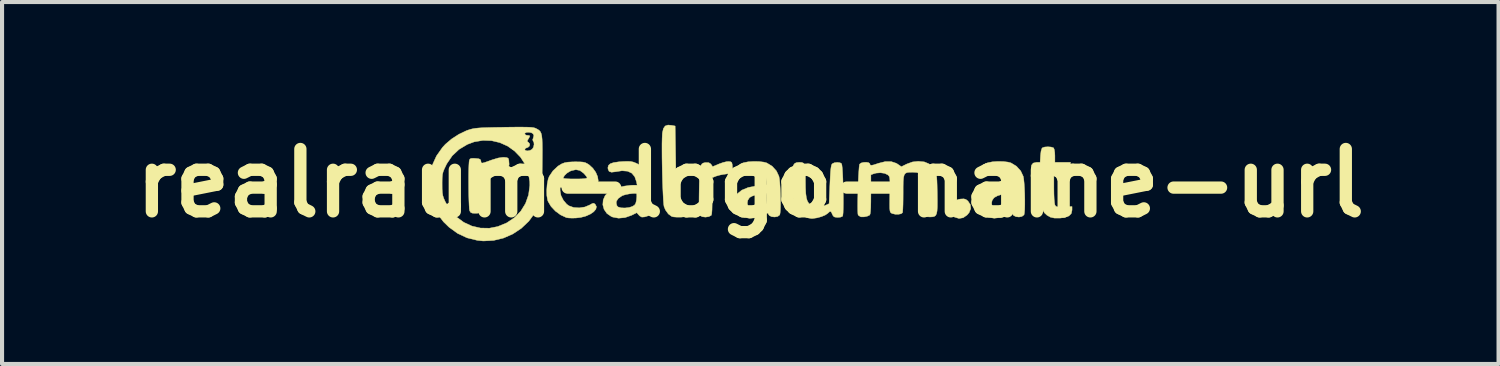
<source format=kicad_pcb>
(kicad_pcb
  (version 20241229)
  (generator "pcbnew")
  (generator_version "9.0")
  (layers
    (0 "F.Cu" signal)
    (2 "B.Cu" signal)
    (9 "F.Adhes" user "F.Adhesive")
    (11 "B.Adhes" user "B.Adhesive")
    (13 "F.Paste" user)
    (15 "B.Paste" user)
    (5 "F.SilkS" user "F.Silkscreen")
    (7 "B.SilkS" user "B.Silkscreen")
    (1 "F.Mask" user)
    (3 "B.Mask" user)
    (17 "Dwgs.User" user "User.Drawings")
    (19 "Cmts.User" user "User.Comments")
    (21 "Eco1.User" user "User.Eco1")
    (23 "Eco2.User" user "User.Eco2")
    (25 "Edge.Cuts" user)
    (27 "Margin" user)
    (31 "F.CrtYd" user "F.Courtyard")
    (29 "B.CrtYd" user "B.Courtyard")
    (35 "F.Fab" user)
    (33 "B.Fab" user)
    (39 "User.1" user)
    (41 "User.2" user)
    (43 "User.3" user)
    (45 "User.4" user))
  (footprint "realraum-logo-name-url"
    (layer "F.Cu")
    (at 15.284 1.425)
    (property "Reference" "realraum-logo-name-url" (at 0 0 0) (layer "F.SilkS") (effects (font (size 1.524 1.524) (thickness 0.3))))
    (attr through_hole)
    (fp_poly (pts (xy 5.269 0.399) (xy 5.319 0.439) (xy 5.319 0.44) (xy 5.377 0.528) (xy 5.385 0.623) (xy 5.346 0.72) (xy 5.298 0.777) (xy 5.202 0.845) (xy 5.099 0.863) (xy 4.993 0.831) (xy 4.973 0.819) (xy 4.894 0.748) (xy 4.859 0.666) (xy 4.864 0.581) (xy 4.907 0.502) (xy 4.983 0.437) (xy 5.091 0.396) (xy 5.139 0.388) (xy 5.217 0.384) (xy 5.269 0.399)) (stroke (width 0.01) (type solid)) (fill yes) (layer "F.SilkS"))
    (fp_poly (pts (xy -1.924 -1.412) (xy -1.837 -1.396) (xy -1.822 -0.441) (xy -1.819 -0.184) (xy -1.815 0.027) (xy -1.811 0.196) (xy -1.805 0.328) (xy -1.795 0.428) (xy -1.782 0.5) (xy -1.762 0.548) (xy -1.736 0.577) (xy -1.702 0.592) (xy -1.659 0.597) (xy -1.606 0.598) (xy -1.555 0.597) (xy -1.464 0.598) (xy -1.413 0.604) (xy -1.39 0.619) (xy -1.384 0.647) (xy -1.384 0.658) (xy -1.408 0.73) (xy -1.476 0.784) (xy -1.585 0.819) (xy -1.696 0.831) (xy -1.792 0.831) (xy -1.873 0.825) (xy -1.918 0.815) (xy -2.003 0.753) (xy -2.073 0.656) (xy -2.108 0.572) (xy -2.116 0.519) (xy -2.124 0.423) (xy -2.131 0.292) (xy -2.138 0.134) (xy -2.145 -0.045) (xy -2.15 -0.235) (xy -2.154 -0.429) (xy -2.157 -0.62) (xy -2.158 -0.799) (xy -2.158 -0.959) (xy -2.155 -1.092) (xy -2.151 -1.19) (xy -2.148 -1.229) (xy -2.124 -1.334) (xy -2.081 -1.396) (xy -2.011 -1.42) (xy -1.924 -1.412)) (stroke (width 0.01) (type solid)) (fill yes) (layer "F.SilkS"))
    (fp_poly (pts (xy -0.477 -0.521) (xy -0.453 -0.501) (xy -0.442 -0.454) (xy -0.437 -0.389) (xy -0.434 -0.32) (xy -0.442 -0.276) (xy -0.469 -0.25) (xy -0.526 -0.234) (xy -0.622 -0.219) (xy -0.648 -0.216) (xy -0.743 -0.198) (xy -0.832 -0.173) (xy -0.859 -0.163) (xy -0.943 -0.128) (xy -0.935 0.315) (xy -0.933 0.509) (xy -0.936 0.652) (xy -0.943 0.744) (xy -0.954 0.786) (xy -0.955 0.787) (xy -1.015 0.818) (xy -1.096 0.83) (xy -1.174 0.82) (xy -1.206 0.804) (xy -1.223 0.789) (xy -1.235 0.769) (xy -1.244 0.736) (xy -1.249 0.685) (xy -1.252 0.607) (xy -1.253 0.498) (xy -1.252 0.35) (xy -1.25 0.199) (xy -1.246 -0.006) (xy -1.241 -0.166) (xy -1.234 -0.287) (xy -1.222 -0.375) (xy -1.205 -0.434) (xy -1.182 -0.471) (xy -1.15 -0.491) (xy -1.109 -0.501) (xy -1.088 -0.503) (xy -1.015 -0.5) (xy -0.969 -0.471) (xy -0.958 -0.457) (xy -0.92 -0.403) (xy -0.762 -0.47) (xy -0.664 -0.505) (xy -0.575 -0.526) (xy -0.524 -0.528) (xy -0.477 -0.521)) (stroke (width 0.01) (type solid)) (fill yes) (layer "F.SilkS"))
    (fp_poly (pts (xy -6.012 -0.63) (xy -5.945 -0.623) (xy -5.913 -0.603) (xy -5.901 -0.557) (xy -5.898 -0.514) (xy -5.894 -0.464) (xy -5.898 -0.429) (xy -5.917 -0.406) (xy -5.96 -0.39) (xy -6.034 -0.377) (xy -6.149 -0.362) (xy -6.182 -0.357) (xy -6.296 -0.34) (xy -6.401 -0.318) (xy -6.48 -0.297) (xy -6.496 -0.291) (xy -6.584 -0.254) (xy -6.566 0.187) (xy -6.559 0.367) (xy -6.557 0.503) (xy -6.561 0.601) (xy -6.574 0.667) (xy -6.596 0.707) (xy -6.63 0.728) (xy -6.678 0.736) (xy -6.72 0.737) (xy -6.793 0.733) (xy -6.833 0.715) (xy -6.857 0.677) (xy -6.859 0.671) (xy -6.866 0.628) (xy -6.871 0.543) (xy -6.876 0.426) (xy -6.88 0.286) (xy -6.882 0.132) (xy -6.883 -0.026) (xy -6.883 -0.179) (xy -6.881 -0.319) (xy -6.877 -0.434) (xy -6.872 -0.517) (xy -6.867 -0.554) (xy -6.853 -0.588) (xy -6.823 -0.604) (xy -6.766 -0.607) (xy -6.721 -0.604) (xy -6.644 -0.597) (xy -6.603 -0.583) (xy -6.586 -0.554) (xy -6.583 -0.537) (xy -6.579 -0.51) (xy -6.57 -0.494) (xy -6.547 -0.491) (xy -6.503 -0.501) (xy -6.429 -0.526) (xy -6.316 -0.567) (xy -6.304 -0.571) (xy -6.161 -0.614) (xy -6.043 -0.631) (xy -6.012 -0.63)) (stroke (width 0.01) (type solid)) (fill yes) (layer "F.SilkS"))
    (fp_poly (pts (xy 7.35 -0.882) (xy 7.405 -0.864) (xy 7.412 -0.859) (xy 7.428 -0.817) (xy 7.439 -0.741) (xy 7.442 -0.668) (xy 7.442 -0.508) (xy 7.823 -0.508) (xy 7.823 -0.423) (xy 7.81 -0.342) (xy 7.767 -0.29) (xy 7.687 -0.262) (xy 7.574 -0.254) (xy 7.417 -0.254) (xy 7.417 0.116) (xy 7.419 0.266) (xy 7.424 0.392) (xy 7.433 0.484) (xy 7.443 0.535) (xy 7.445 0.538) (xy 7.464 0.564) (xy 7.494 0.578) (xy 7.548 0.584) (xy 7.638 0.582) (xy 7.667 0.58) (xy 7.861 0.572) (xy 7.861 0.658) (xy 7.843 0.741) (xy 7.785 0.801) (xy 7.685 0.838) (xy 7.566 0.854) (xy 7.429 0.853) (xy 7.332 0.831) (xy 7.328 0.829) (xy 7.248 0.783) (xy 7.186 0.726) (xy 7.142 0.649) (xy 7.113 0.547) (xy 7.095 0.411) (xy 7.088 0.236) (xy 7.087 0.125) (xy 7.087 -0.251) (xy 6.979 -0.259) (xy 6.91 -0.267) (xy 6.878 -0.286) (xy 6.865 -0.328) (xy 6.863 -0.351) (xy 6.87 -0.438) (xy 6.912 -0.49) (xy 6.992 -0.508) (xy 6.998 -0.508) (xy 7.081 -0.508) (xy 7.091 -0.675) (xy 7.104 -0.785) (xy 7.126 -0.851) (xy 7.139 -0.865) (xy 7.195 -0.883) (xy 7.272 -0.888) (xy 7.35 -0.882)) (stroke (width 0.01) (type solid)) (fill yes) (layer "F.SilkS"))
    (fp_poly (pts (xy 1.257 -0.505) (xy 1.294 -0.491) (xy 1.319 -0.46) (xy 1.335 -0.404) (xy 1.343 -0.316) (xy 1.346 -0.189) (xy 1.346 -0.077) (xy 1.348 0.108) (xy 1.355 0.249) (xy 1.369 0.355) (xy 1.391 0.431) (xy 1.423 0.486) (xy 1.466 0.526) (xy 1.481 0.536) (xy 1.577 0.571) (xy 1.696 0.575) (xy 1.819 0.548) (xy 1.859 0.532) (xy 1.925 0.502) (xy 1.944 0.034) (xy 1.952 -0.145) (xy 1.96 -0.278) (xy 1.97 -0.372) (xy 1.981 -0.433) (xy 1.995 -0.466) (xy 1.999 -0.471) (xy 2.052 -0.498) (xy 2.124 -0.507) (xy 2.192 -0.498) (xy 2.229 -0.476) (xy 2.238 -0.44) (xy 2.247 -0.363) (xy 2.254 -0.252) (xy 2.261 -0.117) (xy 2.266 0.034) (xy 2.27 0.192) (xy 2.272 0.349) (xy 2.272 0.495) (xy 2.27 0.623) (xy 2.267 0.724) (xy 2.26 0.789) (xy 2.254 0.809) (xy 2.207 0.83) (xy 2.136 0.837) (xy 2.068 0.83) (xy 2.042 0.819) (xy 2.012 0.781) (xy 1.996 0.743) (xy 1.972 0.696) (xy 1.941 0.693) (xy 1.893 0.736) (xy 1.892 0.737) (xy 1.831 0.779) (xy 1.738 0.818) (xy 1.629 0.848) (xy 1.523 0.863) (xy 1.498 0.864) (xy 1.418 0.851) (xy 1.326 0.821) (xy 1.293 0.805) (xy 1.197 0.736) (xy 1.123 0.634) (xy 1.07 0.498) (xy 1.035 0.324) (xy 1.02 0.109) (xy 1.02 -0.11) (xy 1.026 -0.261) (xy 1.036 -0.368) (xy 1.054 -0.439) (xy 1.084 -0.481) (xy 1.128 -0.502) (xy 1.191 -0.508) (xy 1.206 -0.508) (xy 1.257 -0.505)) (stroke (width 0.01) (type solid)) (fill yes) (layer "F.SilkS"))
    (fp_poly (pts (xy -4.163 -0.52) (xy -4.086 -0.514) (xy -4.03 -0.5) (xy -3.981 -0.475) (xy -3.935 -0.445) (xy -3.847 -0.363) (xy -3.777 -0.265) (xy -3.732 -0.16) (xy -3.716 -0.06) (xy -3.733 0.021) (xy -3.743 0.038) (xy -3.76 0.057) (xy -3.786 0.07) (xy -3.827 0.08) (xy -3.892 0.087) (xy -3.988 0.092) (xy -4.123 0.095) (xy -4.214 0.097) (xy -4.648 0.105) (xy -4.648 0.187) (xy -4.627 0.302) (xy -4.569 0.417) (xy -4.487 0.514) (xy -4.432 0.554) (xy -4.317 0.595) (xy -4.181 0.604) (xy -4.043 0.583) (xy -3.924 0.533) (xy -3.864 0.499) (xy -3.828 0.491) (xy -3.799 0.508) (xy -3.79 0.517) (xy -3.76 0.574) (xy -3.774 0.636) (xy -3.826 0.698) (xy -3.908 0.755) (xy -4.015 0.803) (xy -4.141 0.837) (xy -4.257 0.851) (xy -4.356 0.854) (xy -4.443 0.85) (xy -4.496 0.841) (xy -4.636 0.776) (xy -4.764 0.682) (xy -4.87 0.568) (xy -4.942 0.447) (xy -4.954 0.412) (xy -4.972 0.306) (xy -4.975 0.174) (xy -4.965 0.036) (xy -4.942 -0.088) (xy -4.93 -0.121) (xy -4.572 -0.121) (xy -4.548 -0.114) (xy -4.484 -0.107) (xy -4.389 -0.103) (xy -4.28 -0.102) (xy -4.134 -0.104) (xy -4.038 -0.111) (xy -3.992 -0.123) (xy -3.988 -0.13) (xy -4.004 -0.163) (xy -4.047 -0.215) (xy -4.074 -0.244) (xy -4.165 -0.31) (xy -4.263 -0.33) (xy -4.375 -0.304) (xy -4.41 -0.289) (xy -4.483 -0.243) (xy -4.541 -0.186) (xy -4.571 -0.132) (xy -4.572 -0.121) (xy -4.93 -0.121) (xy -4.915 -0.163) (xy -4.823 -0.3) (xy -4.698 -0.417) (xy -4.608 -0.472) (xy -4.54 -0.498) (xy -4.457 -0.513) (xy -4.346 -0.52) (xy -4.276 -0.521) (xy -4.163 -0.52)) (stroke (width 0.01) (type solid)) (fill yes) (layer "F.SilkS"))
    (fp_poly (pts (xy 6.178 -0.528) (xy 6.296 -0.514) (xy 6.37 -0.494) (xy 6.503 -0.413) (xy 6.607 -0.298) (xy 6.668 -0.168) (xy 6.68 -0.103) (xy 6.69 -0.004) (xy 6.698 0.119) (xy 6.704 0.256) (xy 6.707 0.395) (xy 6.707 0.528) (xy 6.704 0.642) (xy 6.697 0.728) (xy 6.688 0.775) (xy 6.686 0.777) (xy 6.636 0.814) (xy 6.565 0.828) (xy 6.491 0.819) (xy 6.433 0.79) (xy 6.413 0.76) (xy 6.401 0.735) (xy 6.38 0.729) (xy 6.337 0.745) (xy 6.269 0.78) (xy 6.113 0.839) (xy 5.959 0.857) (xy 5.818 0.833) (xy 5.779 0.817) (xy 5.703 0.775) (xy 5.642 0.728) (xy 5.63 0.717) (xy 5.592 0.647) (xy 5.569 0.549) (xy 5.567 0.499) (xy 5.894 0.499) (xy 5.913 0.561) (xy 5.937 0.584) (xy 6.001 0.602) (xy 6.092 0.605) (xy 6.19 0.594) (xy 6.276 0.573) (xy 6.324 0.547) (xy 6.357 0.502) (xy 6.373 0.435) (xy 6.375 0.365) (xy 6.375 0.23) (xy 6.293 0.245) (xy 6.143 0.276) (xy 6.036 0.31) (xy 5.964 0.35) (xy 5.95 0.362) (xy 5.907 0.426) (xy 5.894 0.499) (xy 5.567 0.499) (xy 5.565 0.449) (xy 5.572 0.397) (xy 5.624 0.291) (xy 5.721 0.201) (xy 5.857 0.131) (xy 6.029 0.081) (xy 6.187 0.059) (xy 6.375 0.043) (xy 6.375 -0.04) (xy 6.352 -0.136) (xy 6.291 -0.221) (xy 6.203 -0.28) (xy 6.154 -0.295) (xy 6.077 -0.3) (xy 5.977 -0.294) (xy 5.909 -0.284) (xy 5.801 -0.27) (xy 5.734 -0.279) (xy 5.7 -0.314) (xy 5.694 -0.378) (xy 5.695 -0.391) (xy 5.707 -0.444) (xy 5.742 -0.476) (xy 5.804 -0.499) (xy 5.913 -0.521) (xy 6.044 -0.53) (xy 6.178 -0.528)) (stroke (width 0.01) (type solid)) (fill yes) (layer "F.SilkS"))
    (fp_poly (pts (xy 0.209 -0.528) (xy 0.327 -0.514) (xy 0.401 -0.494) (xy 0.534 -0.413) (xy 0.638 -0.298) (xy 0.699 -0.168) (xy 0.711 -0.103) (xy 0.721 -0.004) (xy 0.729 0.119) (xy 0.735 0.256) (xy 0.738 0.395) (xy 0.738 0.528) (xy 0.735 0.642) (xy 0.728 0.728) (xy 0.719 0.775) (xy 0.717 0.777) (xy 0.668 0.814) (xy 0.597 0.827) (xy 0.523 0.82) (xy 0.465 0.791) (xy 0.444 0.761) (xy 0.433 0.738) (xy 0.411 0.732) (xy 0.368 0.745) (xy 0.293 0.779) (xy 0.272 0.789) (xy 0.119 0.846) (xy -0.017 0.86) (xy -0.148 0.834) (xy -0.192 0.815) (xy -0.308 0.744) (xy -0.378 0.652) (xy -0.406 0.536) (xy -0.406 0.511) (xy -0.403 0.493) (xy -0.075 0.493) (xy -0.058 0.556) (xy -0.032 0.582) (xy 0.045 0.605) (xy 0.146 0.607) (xy 0.249 0.59) (xy 0.324 0.559) (xy 0.372 0.526) (xy 0.396 0.49) (xy 0.405 0.434) (xy 0.406 0.368) (xy 0.405 0.288) (xy 0.397 0.248) (xy 0.378 0.236) (xy 0.349 0.239) (xy 0.208 0.27) (xy 0.108 0.295) (xy 0.04 0.319) (xy -0.005 0.344) (xy -0.023 0.358) (xy -0.063 0.421) (xy -0.075 0.493) (xy -0.403 0.493) (xy -0.384 0.373) (xy -0.318 0.26) (xy -0.208 0.171) (xy -0.053 0.107) (xy 0.146 0.067) (xy 0.221 0.059) (xy 0.406 0.043) (xy 0.406 -0.04) (xy 0.383 -0.136) (xy 0.322 -0.221) (xy 0.234 -0.28) (xy 0.185 -0.295) (xy 0.108 -0.3) (xy 0.008 -0.294) (xy -0.06 -0.284) (xy -0.168 -0.27) (xy -0.235 -0.279) (xy -0.269 -0.314) (xy -0.275 -0.378) (xy -0.274 -0.391) (xy -0.262 -0.444) (xy -0.227 -0.476) (xy -0.165 -0.499) (xy -0.056 -0.521) (xy 0.075 -0.53) (xy 0.209 -0.528)) (stroke (width 0.01) (type solid)) (fill yes) (layer "F.SilkS"))
    (fp_poly (pts (xy -2.926 -0.529) (xy -2.862 -0.516) (xy -2.796 -0.49) (xy -2.756 -0.471) (xy -2.656 -0.412) (xy -2.585 -0.342) (xy -2.546 -0.284) (xy -2.522 -0.24) (xy -2.503 -0.2) (xy -2.491 -0.154) (xy -2.482 -0.093) (xy -2.476 -0.01) (xy -2.472 0.104) (xy -2.469 0.259) (xy -2.468 0.301) (xy -2.467 0.451) (xy -2.467 0.582) (xy -2.47 0.688) (xy -2.475 0.759) (xy -2.481 0.788) (xy -2.519 0.806) (xy -2.581 0.824) (xy -2.585 0.825) (xy -2.651 0.83) (xy -2.7 0.803) (xy -2.721 0.782) (xy -2.774 0.722) (xy -2.901 0.785) (xy -3.06 0.841) (xy -3.218 0.856) (xy -3.362 0.829) (xy -3.397 0.815) (xy -3.504 0.741) (xy -3.573 0.642) (xy -3.604 0.529) (xy -3.601 0.485) (xy -3.277 0.485) (xy -3.261 0.549) (xy -3.232 0.582) (xy -3.16 0.603) (xy -3.062 0.607) (xy -2.96 0.595) (xy -2.883 0.57) (xy -2.83 0.538) (xy -2.801 0.496) (xy -2.784 0.426) (xy -2.781 0.406) (xy -2.774 0.329) (xy -2.775 0.273) (xy -2.778 0.259) (xy -2.809 0.25) (xy -2.874 0.252) (xy -2.956 0.262) (xy -3.041 0.278) (xy -3.111 0.299) (xy -3.134 0.309) (xy -3.225 0.371) (xy -3.27 0.44) (xy -3.277 0.485) (xy -3.601 0.485) (xy -3.595 0.412) (xy -3.547 0.302) (xy -3.457 0.207) (xy -3.436 0.192) (xy -3.342 0.145) (xy -3.215 0.104) (xy -3.073 0.072) (xy -2.934 0.054) (xy -2.875 0.051) (xy -2.765 0.051) (xy -2.781 -0.032) (xy -2.824 -0.157) (xy -2.896 -0.244) (xy -2.999 -0.292) (xy -3.136 -0.303) (xy -3.298 -0.278) (xy -3.393 -0.267) (xy -3.451 -0.288) (xy -3.477 -0.344) (xy -3.48 -0.38) (xy -3.466 -0.434) (xy -3.422 -0.474) (xy -3.342 -0.502) (xy -3.22 -0.52) (xy -3.118 -0.528) (xy -3.006 -0.532) (xy -2.926 -0.529)) (stroke (width 0.01) (type solid)) (fill yes) (layer "F.SilkS"))
    (fp_poly (pts (xy 4.251 -0.519) (xy 4.365 -0.472) (xy 4.454 -0.388) (xy 4.49 -0.333) (xy 4.515 -0.29) (xy 4.533 -0.25) (xy 4.545 -0.204) (xy 4.554 -0.143) (xy 4.56 -0.06) (xy 4.564 0.055) (xy 4.567 0.21) (xy 4.568 0.254) (xy 4.57 0.438) (xy 4.569 0.578) (xy 4.563 0.68) (xy 4.549 0.749) (xy 4.526 0.792) (xy 4.491 0.815) (xy 4.443 0.824) (xy 4.386 0.826) (xy 4.313 0.822) (xy 4.263 0.813) (xy 4.254 0.808) (xy 4.249 0.779) (xy 4.243 0.706) (xy 4.239 0.6) (xy 4.235 0.468) (xy 4.233 0.32) (xy 4.231 0.154) (xy 4.229 0.031) (xy 4.225 -0.056) (xy 4.219 -0.116) (xy 4.209 -0.155) (xy 4.194 -0.183) (xy 4.175 -0.205) (xy 4.171 -0.209) (xy 4.126 -0.244) (xy 4.067 -0.261) (xy 3.978 -0.267) (xy 3.966 -0.267) (xy 3.887 -0.266) (xy 3.829 -0.259) (xy 3.787 -0.239) (xy 3.76 -0.199) (xy 3.744 -0.134) (xy 3.736 -0.036) (xy 3.734 0.101) (xy 3.734 0.242) (xy 3.733 0.389) (xy 3.731 0.52) (xy 3.727 0.625) (xy 3.722 0.696) (xy 3.718 0.722) (xy 3.684 0.748) (xy 3.619 0.761) (xy 3.541 0.76) (xy 3.469 0.743) (xy 3.451 0.735) (xy 3.433 0.722) (xy 3.419 0.703) (xy 3.411 0.668) (xy 3.406 0.611) (xy 3.405 0.525) (xy 3.406 0.401) (xy 3.408 0.275) (xy 3.411 0.118) (xy 3.412 0.003) (xy 3.41 -0.076) (xy 3.405 -0.129) (xy 3.395 -0.162) (xy 3.379 -0.185) (xy 3.358 -0.204) (xy 3.356 -0.205) (xy 3.282 -0.24) (xy 3.18 -0.254) (xy 3.073 -0.246) (xy 3.012 -0.229) (xy 2.946 -0.204) (xy 2.946 0.276) (xy 2.945 0.459) (xy 2.942 0.596) (xy 2.936 0.692) (xy 2.928 0.752) (xy 2.916 0.78) (xy 2.915 0.781) (xy 2.857 0.808) (xy 2.779 0.824) (xy 2.709 0.824) (xy 2.692 0.82) (xy 2.646 0.79) (xy 2.634 0.777) (xy 2.628 0.744) (xy 2.625 0.668) (xy 2.624 0.559) (xy 2.625 0.426) (xy 2.628 0.277) (xy 2.632 0.122) (xy 2.638 -0.032) (xy 2.644 -0.175) (xy 2.652 -0.298) (xy 2.659 -0.394) (xy 2.667 -0.452) (xy 2.671 -0.464) (xy 2.707 -0.492) (xy 2.767 -0.507) (xy 2.834 -0.51) (xy 2.891 -0.5) (xy 2.92 -0.476) (xy 2.921 -0.47) (xy 2.928 -0.444) (xy 2.955 -0.435) (xy 3.01 -0.445) (xy 3.102 -0.475) (xy 3.124 -0.483) (xy 3.295 -0.526) (xy 3.441 -0.527) (xy 3.565 -0.486) (xy 3.595 -0.468) (xy 3.691 -0.402) (xy 3.825 -0.468) (xy 3.963 -0.518) (xy 4.103 -0.533) (xy 4.251 -0.519)) (stroke (width 0.01) (type solid)) (fill yes) (layer "F.SilkS"))
    (fp_poly (pts (xy -5.509 -1.369) (xy -5.413 -1.367) (xy -5.343 -1.362) (xy -5.293 -1.355) (xy -5.257 -1.345) (xy -5.236 -1.335) (xy -5.192 -1.312) (xy -5.158 -1.288) (xy -5.131 -1.258) (xy -5.111 -1.215) (xy -5.097 -1.156) (xy -5.088 -1.073) (xy -5.084 -0.961) (xy -5.082 -0.815) (xy -5.083 -0.629) (xy -5.085 -0.415) (xy -5.087 -0.197) (xy -5.09 -0.023) (xy -5.093 0.114) (xy -5.098 0.219) (xy -5.104 0.299) (xy -5.112 0.361) (xy -5.123 0.411) (xy -5.136 0.456) (xy -5.149 0.491) (xy -5.262 0.725) (xy -5.413 0.93) (xy -5.596 1.104) (xy -5.804 1.242) (xy -6.032 1.342) (xy -6.274 1.4) (xy -6.525 1.413) (xy -6.67 1.398) (xy -6.922 1.336) (xy -7.151 1.229) (xy -7.361 1.077) (xy -7.497 0.945) (xy -7.65 0.744) (xy -7.76 0.522) (xy -7.827 0.287) (xy -7.851 0.044) (xy -7.85 0.024) (xy -7.531 0.024) (xy -7.53 0.149) (xy -7.524 0.239) (xy -7.512 0.31) (xy -7.489 0.377) (xy -7.453 0.457) (xy -7.451 0.46) (xy -7.331 0.661) (xy -7.179 0.828) (xy -7.001 0.958) (xy -6.804 1.049) (xy -6.594 1.097) (xy -6.376 1.101) (xy -6.172 1.061) (xy -5.951 0.97) (xy -5.761 0.842) (xy -5.607 0.682) (xy -5.492 0.495) (xy -5.418 0.284) (xy -5.388 0.054) (xy -5.39 -0.037) (xy -5.425 -0.258) (xy -5.502 -0.459) (xy -5.616 -0.635) (xy -5.761 -0.785) (xy -5.93 -0.905) (xy -6.12 -0.99) (xy -6.323 -1.038) (xy -6.534 -1.045) (xy -6.748 -1.009) (xy -6.914 -0.947) (xy -7.118 -0.825) (xy -7.284 -0.669) (xy -7.415 -0.477) (xy -7.435 -0.437) (xy -7.478 -0.348) (xy -7.506 -0.278) (xy -7.522 -0.211) (xy -7.529 -0.132) (xy -7.531 -0.024) (xy -7.531 0.024) (xy -7.85 0.024) (xy -7.833 -0.2) (xy -7.772 -0.438) (xy -7.669 -0.664) (xy -7.523 -0.871) (xy -7.451 -0.95) (xy -7.299 -1.079) (xy -7.12 -1.195) (xy -7.095 -1.206) (xy -5.512 -1.206) (xy -5.49 -1.176) (xy -5.448 -1.168) (xy -5.4 -1.164) (xy -5.389 -1.145) (xy -5.412 -1.1) (xy -5.424 -1.081) (xy -5.45 -1.036) (xy -5.444 -1.011) (xy -5.422 -0.997) (xy -5.39 -0.957) (xy -5.396 -0.909) (xy -5.434 -0.874) (xy -5.455 -0.868) (xy -5.499 -0.848) (xy -5.512 -0.824) (xy -5.492 -0.796) (xy -5.443 -0.788) (xy -5.383 -0.799) (xy -5.33 -0.829) (xy -5.33 -0.829) (xy -5.298 -0.88) (xy -5.284 -0.945) (xy -5.29 -1.003) (xy -5.308 -1.028) (xy -5.318 -1.062) (xy -5.304 -1.105) (xy -5.289 -1.163) (xy -5.308 -1.206) (xy -5.351 -1.233) (xy -5.412 -1.244) (xy -5.47 -1.241) (xy -5.507 -1.221) (xy -5.512 -1.206) (xy -7.095 -1.206) (xy -6.935 -1.283) (xy -6.885 -1.3) (xy -6.831 -1.317) (xy -6.776 -1.33) (xy -6.712 -1.34) (xy -6.634 -1.348) (xy -6.534 -1.354) (xy -6.404 -1.358) (xy -6.238 -1.362) (xy -6.028 -1.365) (xy -6.017 -1.366) (xy -5.805 -1.369) (xy -5.638 -1.37) (xy -5.509 -1.369)) (stroke (width 0.01) (type solid)) (fill yes) (layer "F.SilkS")))
  (gr_rect
    (start -3 -3)
    (end 33.567 5.843)
    (stroke (width 0.1) (type default))
    (fill no)
    (layer "Edge.Cuts")))
</source>
